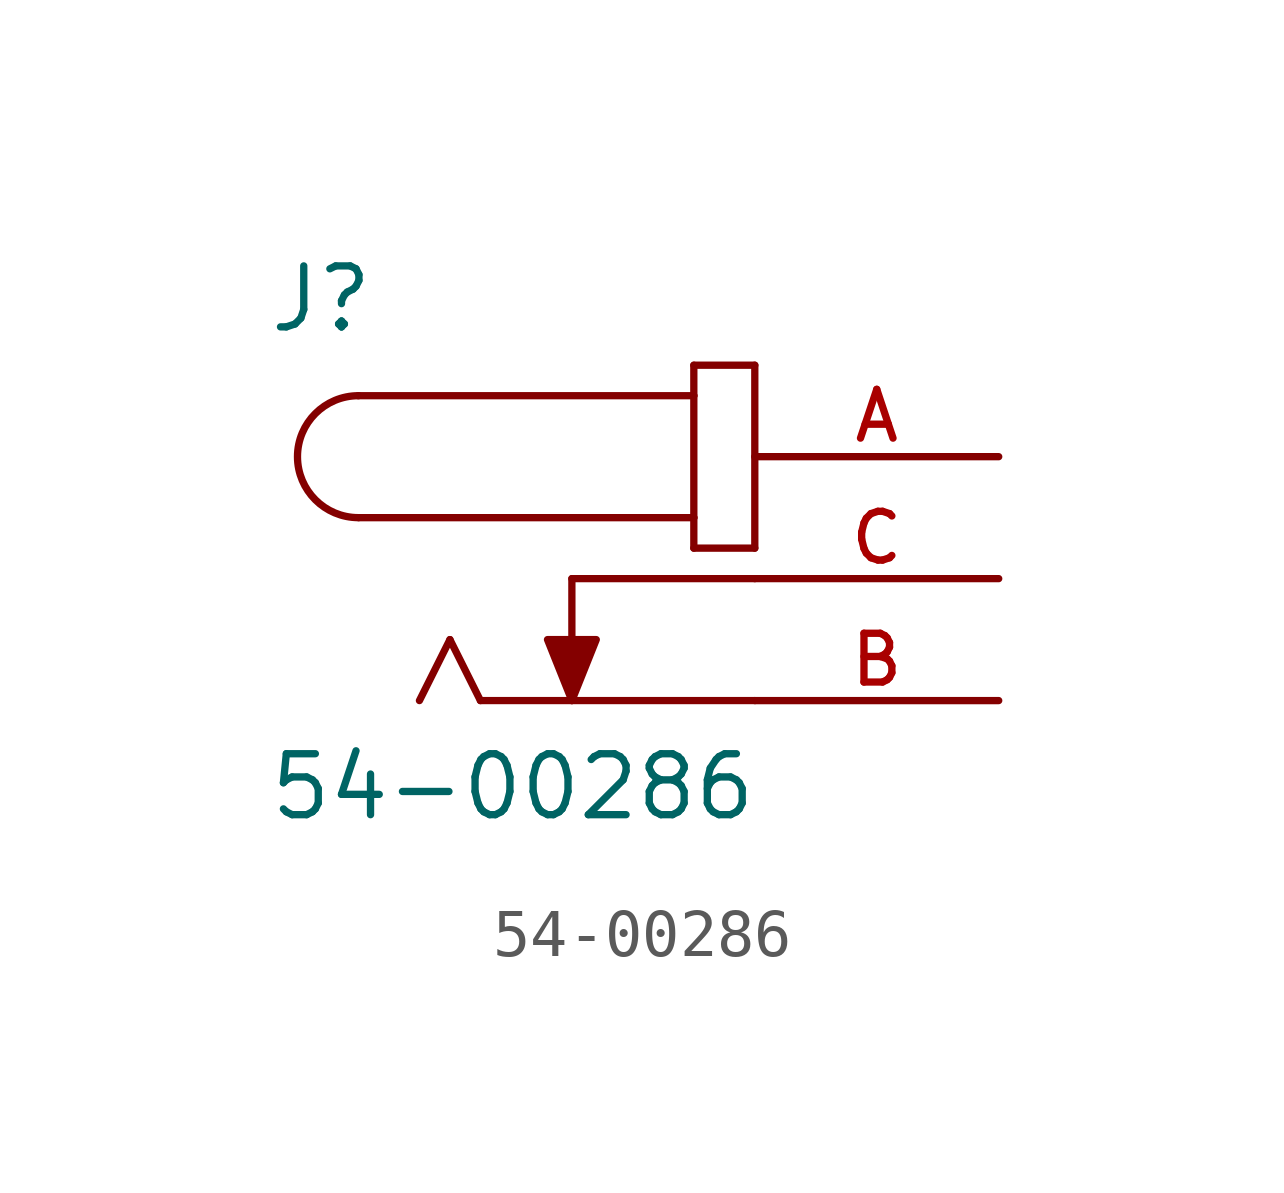
<source format=kicad_sym>
(kicad_symbol_lib
  (version 20211014)
  (generator kicad_symbol_editor)
  (symbol "54-00286"
    (pin_names
      (offset 1.016))
    (property "Reference" "J"
      (at -10.16 5.08 0)
      (effects (font (size 1.27 1.27)) (justify bottom left)))
    (property "Value" "54-00286"
      (at -10.16 -5.08 0)
      (effects (font (size 1.27 1.27)) (justify bottom left)))
    (symbol "54-00286_0_0"
      (arc (start -8.255 3.81) (mid -9.525 2.54) (end -8.255 1.27) (stroke (width 0.1524) (type default) (color 0 0 0 0)) (fill (type none)))
      (polyline (pts (xy -8.255 3.81) (xy -1.27 3.81)) (stroke (width 0.152)))
      (polyline (pts (xy -1.27 3.81) (xy -1.27 1.27)) (stroke (width 0.152)))
      (polyline (pts (xy -1.27 1.27) (xy -8.255 1.27)) (stroke (width 0.152)))
      (polyline (pts (xy -1.27 1.27) (xy -1.27 0.635)) (stroke (width 0.152)))
      (polyline (pts (xy -1.27 0.635) (xy 0.0 0.635)) (stroke (width 0.152)))
      (polyline (pts (xy 0.0 0.635) (xy 0.0 4.445)) (stroke (width 0.152)))
      (polyline (pts (xy 0.0 4.445) (xy -1.27 4.445)) (stroke (width 0.152)))
      (polyline (pts (xy -1.27 4.445) (xy -1.27 3.81)) (stroke (width 0.152)))
      (polyline (pts (xy -5.715 -2.54) (xy -6.35 -1.27)) (stroke (width 0.152)))
      (polyline (pts (xy -6.35 -1.27) (xy -6.985 -2.54)) (stroke (width 0.152)))
      (polyline (pts (xy -3.81 0.0) (xy -3.81 -2.54)) (stroke (width 0.152)))
      (polyline (pts (xy -3.81 -2.54) (xy -4.318 -1.27) (xy -3.302 -1.27) (xy -3.81 -2.54)) (stroke (width 0.152)) (fill (type outline)))
      (polyline (pts (xy 0.0 0.0) (xy -3.81 0.0)) (stroke (width 0.152)))
      (polyline (pts (xy 0.0 -2.54) (xy -5.715 -2.54)) (stroke (width 0.152)))
      (pin passive line (at 5.08 2.54 180.0) (length 5.08) (name "~" (effects (font (size 1.016 1.016)))) (number "A" (effects (font (size 1.016 1.016)))))
      (pin passive line (at 5.08 0.0 180.0) (length 5.08) (name "~" (effects (font (size 1.016 1.016)))) (number "C" (effects (font (size 1.016 1.016)))))
      (pin passive line (at 5.08 -2.54 180.0) (length 5.08) (name "~" (effects (font (size 1.016 1.016)))) (number "B" (effects (font (size 1.016 1.016))))))))
</source>
